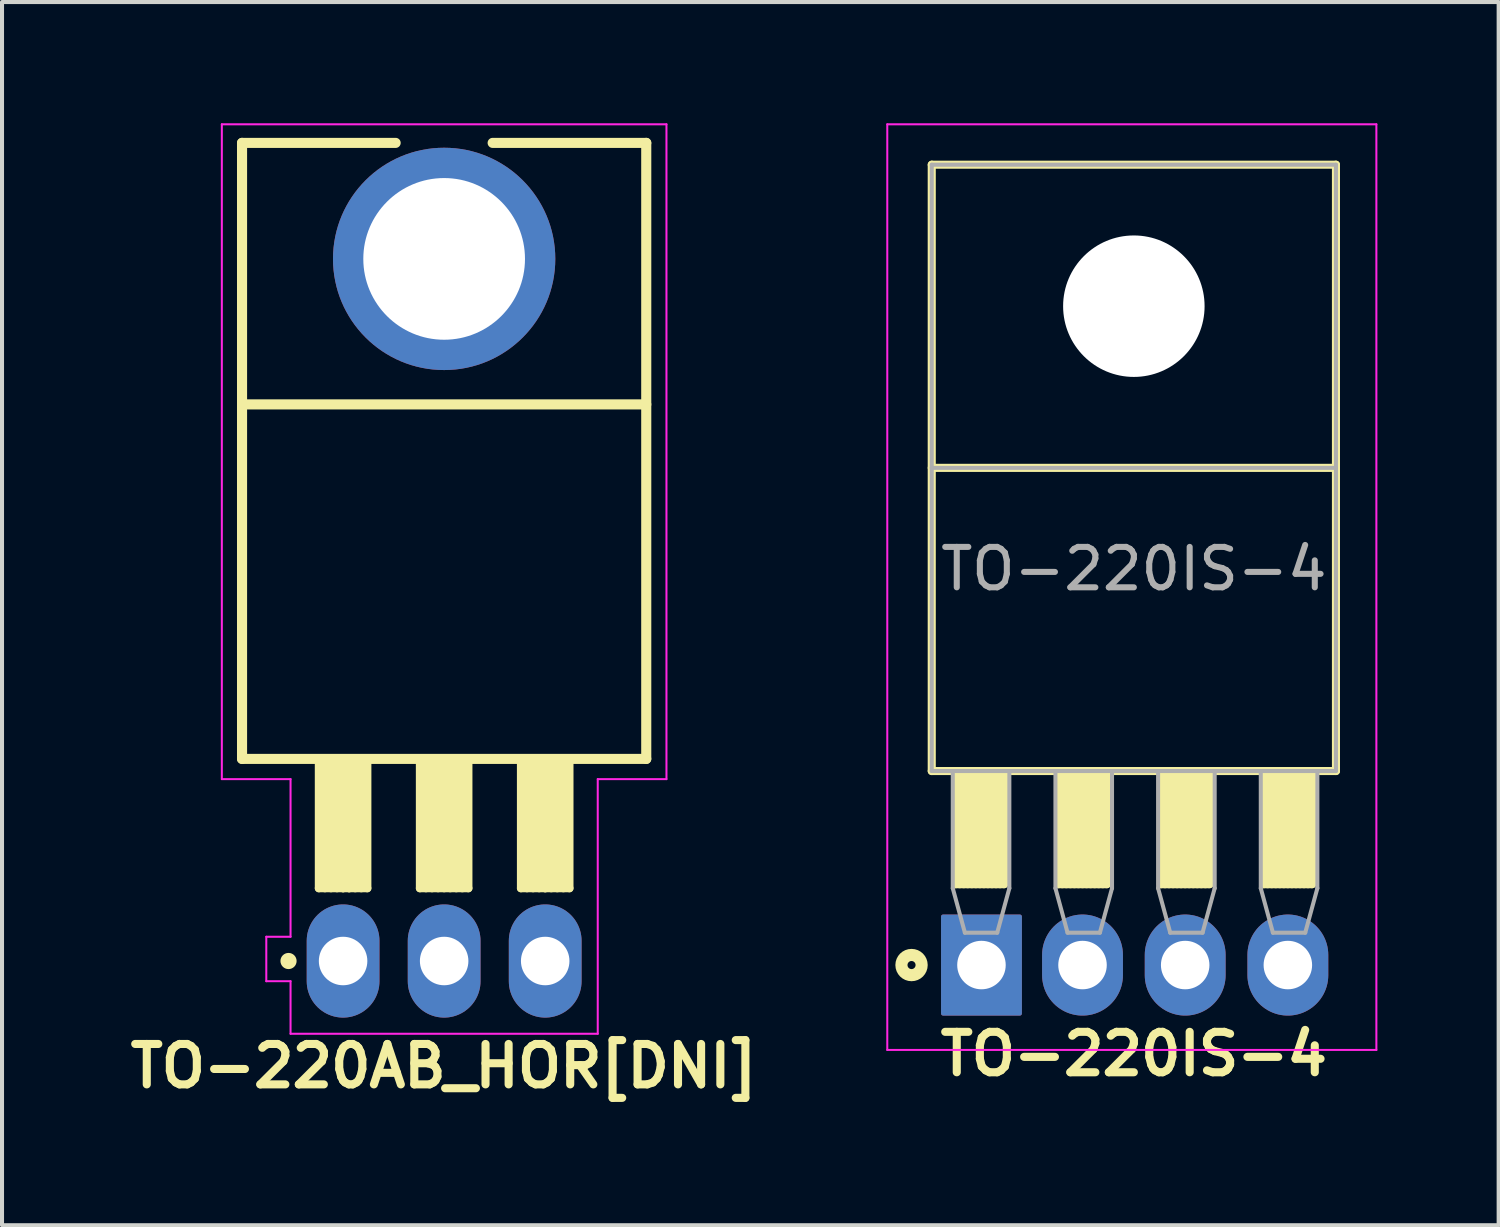
<source format=kicad_pcb>
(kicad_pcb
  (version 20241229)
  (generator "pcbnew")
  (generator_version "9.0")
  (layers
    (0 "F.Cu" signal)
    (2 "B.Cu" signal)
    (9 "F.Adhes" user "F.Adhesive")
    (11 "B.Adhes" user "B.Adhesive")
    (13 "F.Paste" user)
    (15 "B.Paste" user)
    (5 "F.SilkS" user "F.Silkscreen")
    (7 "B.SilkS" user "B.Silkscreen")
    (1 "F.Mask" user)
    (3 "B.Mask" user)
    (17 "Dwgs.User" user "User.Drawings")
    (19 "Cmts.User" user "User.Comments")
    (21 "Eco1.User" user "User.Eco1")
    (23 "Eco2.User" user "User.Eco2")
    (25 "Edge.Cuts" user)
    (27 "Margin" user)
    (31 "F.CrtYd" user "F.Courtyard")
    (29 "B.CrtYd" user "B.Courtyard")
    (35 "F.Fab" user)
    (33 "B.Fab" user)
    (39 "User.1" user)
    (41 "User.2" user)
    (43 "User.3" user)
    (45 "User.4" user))
  (footprint "TO-220AB_HOR[DNI]"
    (layer "F.Cu")
    (at 7.938 20.725)
    (property "Reference" "TO-220AB_HOR[DNI]" (at 0 2.6 0) (layer "F.SilkS") (effects (font (size 1 1) (thickness 0.2))))
    (attr through_hole)
    (fp_line (start -5 -20.24) (end -1.2 -20.24) (stroke (width 0.25) (type solid)) (layer "F.SilkS"))
    (fp_line (start -5 -13.77) (end 5 -13.77) (stroke (width 0.25) (type solid)) (layer "F.SilkS"))
    (fp_line (start -5 -5) (end -5 -20.24) (stroke (width 0.25) (type solid)) (layer "F.SilkS"))
    (fp_line (start -5 -5) (end 5 -5) (stroke (width 0.25) (type solid)) (layer "F.SilkS"))
    (fp_line (start -3.1 -5) (end -3.1 -1.8) (stroke (width 0.2) (type solid)) (layer "F.SilkS"))
    (fp_line (start -3.1 -1.8) (end -1.9 -1.8) (stroke (width 0.2) (type solid)) (layer "F.SilkS"))
    (fp_line (start -2.95 -5) (end -2.95 -1.8) (stroke (width 0.2) (type solid)) (layer "F.SilkS"))
    (fp_line (start -2.8 -5) (end -2.8 -1.8) (stroke (width 0.2) (type solid)) (layer "F.SilkS"))
    (fp_line (start -2.65 -5) (end -2.65 -1.8) (stroke (width 0.2) (type solid)) (layer "F.SilkS"))
    (fp_line (start -2.5 -5) (end -2.5 -1.8) (stroke (width 0.2) (type solid)) (layer "F.SilkS"))
    (fp_line (start -2.5 -5) (end -2.5 -1.8) (stroke (width 0.2) (type solid)) (layer "F.SilkS"))
    (fp_line (start -2.35 -5) (end -2.35 -1.8) (stroke (width 0.2) (type solid)) (layer "F.SilkS"))
    (fp_line (start -2.35 -5) (end -2.35 -1.8) (stroke (width 0.2) (type solid)) (layer "F.SilkS"))
    (fp_line (start -2.2 -5) (end -2.2 -1.8) (stroke (width 0.2) (type solid)) (layer "F.SilkS"))
    (fp_line (start -2.05 -5) (end -2.05 -1.8) (stroke (width 0.2) (type solid)) (layer "F.SilkS"))
    (fp_line (start -1.9 -5) (end -1.9 -1.8) (stroke (width 0.2) (type solid)) (layer "F.SilkS"))
    (fp_line (start -0.6 -5) (end -0.6 -1.8) (stroke (width 0.2) (type solid)) (layer "F.SilkS"))
    (fp_line (start -0.6 -1.8) (end 0.6 -1.8) (stroke (width 0.2) (type solid)) (layer "F.SilkS"))
    (fp_line (start -0.45 -5) (end -0.45 -1.8) (stroke (width 0.2) (type solid)) (layer "F.SilkS"))
    (fp_line (start -0.3 -5) (end -0.3 -1.8) (stroke (width 0.2) (type solid)) (layer "F.SilkS"))
    (fp_line (start -0.15 -5) (end -0.15 -1.8) (stroke (width 0.2) (type solid)) (layer "F.SilkS"))
    (fp_line (start 0 -5) (end 0 -1.8) (stroke (width 0.2) (type solid)) (layer "F.SilkS"))
    (fp_line (start 0.15 -5) (end 0.15 -1.8) (stroke (width 0.2) (type solid)) (layer "F.SilkS"))
    (fp_line (start 0.3 -5) (end 0.3 -1.8) (stroke (width 0.2) (type solid)) (layer "F.SilkS"))
    (fp_line (start 0.45 -5) (end 0.45 -1.8) (stroke (width 0.2) (type solid)) (layer "F.SilkS"))
    (fp_line (start 0.6 -5) (end 0.6 -1.8) (stroke (width 0.2) (type solid)) (layer "F.SilkS"))
    (fp_line (start 1.9 -5) (end 1.9 -1.8) (stroke (width 0.2) (type solid)) (layer "F.SilkS"))
    (fp_line (start 1.9 -1.8) (end 3.1 -1.8) (stroke (width 0.2) (type solid)) (layer "F.SilkS"))
    (fp_line (start 2.05 -5) (end 2.05 -1.8) (stroke (width 0.2) (type solid)) (layer "F.SilkS"))
    (fp_line (start 2.2 -5) (end 2.2 -1.8) (stroke (width 0.2) (type solid)) (layer "F.SilkS"))
    (fp_line (start 2.35 -5) (end 2.35 -1.8) (stroke (width 0.2) (type solid)) (layer "F.SilkS"))
    (fp_line (start 2.5 -5) (end 2.5 -1.8) (stroke (width 0.2) (type solid)) (layer "F.SilkS"))
    (fp_line (start 2.5 -5) (end 2.5 -1.8) (stroke (width 0.2) (type solid)) (layer "F.SilkS"))
    (fp_line (start 2.65 -5) (end 2.65 -1.8) (stroke (width 0.2) (type solid)) (layer "F.SilkS"))
    (fp_line (start 2.8 -5) (end 2.8 -1.8) (stroke (width 0.2) (type solid)) (layer "F.SilkS"))
    (fp_line (start 2.95 -5) (end 2.95 -1.8) (stroke (width 0.2) (type solid)) (layer "F.SilkS"))
    (fp_line (start 3.1 -5) (end 3.1 -1.8) (stroke (width 0.2) (type solid)) (layer "F.SilkS"))
    (fp_line (start 5 -20.24) (end 1.2 -20.24) (stroke (width 0.25) (type solid)) (layer "F.SilkS"))
    (fp_line (start 5 -5) (end 5 -20.24) (stroke (width 0.25) (type solid)) (layer "F.SilkS"))
    (fp_circle (center -3.85 0) (end -3.85 0.1) (stroke (width 0.2) (type solid)) (fill no) (layer "F.SilkS"))
    (fp_line (start -5.5 -20.7) (end -5.5 -4.5) (stroke (width 0.05) (type solid)) (layer "F.CrtYd"))
    (fp_line (start -5.5 -4.5) (end -3.8 -4.5) (stroke (width 0.05) (type solid)) (layer "F.CrtYd"))
    (fp_line (start -4.4 -0.6) (end -4.4 0.5) (stroke (width 0.05) (type solid)) (layer "F.CrtYd"))
    (fp_line (start -4.4 -0.6) (end -3.8 -0.6) (stroke (width 0.05) (type solid)) (layer "F.CrtYd"))
    (fp_line (start -3.8 -4.5) (end -3.8 -0.6) (stroke (width 0.05) (type solid)) (layer "F.CrtYd"))
    (fp_line (start -3.8 0.5) (end -4.4 0.5) (stroke (width 0.05) (type solid)) (layer "F.CrtYd"))
    (fp_line (start -3.8 0.5) (end -3.8 1.8) (stroke (width 0.05) (type solid)) (layer "F.CrtYd"))
    (fp_line (start -3.8 1.8) (end 3.8 1.8) (stroke (width 0.05) (type solid)) (layer "F.CrtYd"))
    (fp_line (start 3.8 1.8) (end 3.8 -4.5) (stroke (width 0.05) (type solid)) (layer "F.CrtYd"))
    (fp_line (start 5.5 -20.7) (end -5.5 -20.7) (stroke (width 0.05) (type solid)) (layer "F.CrtYd"))
    (fp_line (start 5.5 -4.5) (end 3.8 -4.5) (stroke (width 0.05) (type solid)) (layer "F.CrtYd"))
    (fp_line (start 5.5 -4.5) (end 5.5 -20.7) (stroke (width 0.05) (type solid)) (layer "F.CrtYd"))
    (fp_circle (center 0 -17.37) (end 1.63 -17.37) (stroke (width 0.1) (type solid)) (fill no) (layer "F.Fab"))
    (pad "D" thru_hole circle (at 0 -17.37) (size 5.5 5.5) (drill 4) (layers "*.Cu" "*.Mask"))
    (pad "D" thru_hole oval (at 0 0) (size 1.8 2.8) (drill 1.2) (layers "*.Cu" "*.Mask"))
    (pad "G" thru_hole oval (at -2.5 0) (size 1.8 2.8) (drill 1.2) (layers "*.Cu" "*.Mask"))
    (pad "S" thru_hole oval (at 2.5 0) (size 1.8 2.8) (drill 1.2) (layers "*.Cu" "*.Mask")))
  (footprint "TO-220IS-4"
    (layer "F.Cu")
    (at 25.001 20.825)
    (property "Reference" "TO-220IS-4" (at 0 2.2 0) (layer "F.SilkS") (effects (font (size 1 1) (thickness 0.2))))
    (attr through_hole)
    (fp_line (start -5 -4.8) (end -5 -19.8) (stroke (width 0.2) (type solid)) (layer "F.SilkS"))
    (fp_line (start -4.41 -4.8) (end -4.41 -2) (stroke (width 0.2) (type solid)) (layer "F.SilkS"))
    (fp_line (start -4.41 -2) (end -3.21 -2) (stroke (width 0.2) (type solid)) (layer "F.SilkS"))
    (fp_line (start -4.31 -4.8) (end -4.31 -2) (stroke (width 0.2) (type solid)) (layer "F.SilkS"))
    (fp_line (start -4.21 -4.8) (end -4.21 -2) (stroke (width 0.2) (type solid)) (layer "F.SilkS"))
    (fp_line (start -4.11 -4.8) (end -4.11 -2) (stroke (width 0.2) (type solid)) (layer "F.SilkS"))
    (fp_line (start -4.01 -4.8) (end -4.01 -2) (stroke (width 0.2) (type solid)) (layer "F.SilkS"))
    (fp_line (start -3.91 -4.8) (end -3.91 -2) (stroke (width 0.2) (type solid)) (layer "F.SilkS"))
    (fp_line (start -3.81 -4.8) (end -3.81 -2) (stroke (width 0.2) (type solid)) (layer "F.SilkS"))
    (fp_line (start -3.71 -4.8) (end -3.71 -2) (stroke (width 0.2) (type solid)) (layer "F.SilkS"))
    (fp_line (start -3.61 -4.8) (end -3.61 -2) (stroke (width 0.2) (type solid)) (layer "F.SilkS"))
    (fp_line (start -3.51 -4.8) (end -3.51 -2) (stroke (width 0.2) (type solid)) (layer "F.SilkS"))
    (fp_line (start -3.41 -4.8) (end -3.41 -2) (stroke (width 0.2) (type solid)) (layer "F.SilkS"))
    (fp_line (start -3.31 -4.8) (end -3.31 -2) (stroke (width 0.2) (type solid)) (layer "F.SilkS"))
    (fp_line (start -3.21 -4.8) (end -3.21 -2) (stroke (width 0.2) (type solid)) (layer "F.SilkS"))
    (fp_line (start -1.87 -4.8) (end -1.87 -2) (stroke (width 0.2) (type solid)) (layer "F.SilkS"))
    (fp_line (start -1.87 -2) (end -0.67 -2) (stroke (width 0.2) (type solid)) (layer "F.SilkS"))
    (fp_line (start -1.77 -4.8) (end -1.77 -2) (stroke (width 0.2) (type solid)) (layer "F.SilkS"))
    (fp_line (start -1.67 -4.8) (end -1.67 -2) (stroke (width 0.2) (type solid)) (layer "F.SilkS"))
    (fp_line (start -1.57 -4.8) (end -1.57 -2) (stroke (width 0.2) (type solid)) (layer "F.SilkS"))
    (fp_line (start -1.47 -4.8) (end -1.47 -2) (stroke (width 0.2) (type solid)) (layer "F.SilkS"))
    (fp_line (start -1.37 -4.8) (end -1.37 -2) (stroke (width 0.2) (type solid)) (layer "F.SilkS"))
    (fp_line (start -1.27 -4.8) (end -1.27 -2) (stroke (width 0.2) (type solid)) (layer "F.SilkS"))
    (fp_line (start -1.17 -4.8) (end -1.17 -2) (stroke (width 0.2) (type solid)) (layer "F.SilkS"))
    (fp_line (start -1.07 -4.8) (end -1.07 -2) (stroke (width 0.2) (type solid)) (layer "F.SilkS"))
    (fp_line (start -0.97 -4.8) (end -0.97 -2) (stroke (width 0.2) (type solid)) (layer "F.SilkS"))
    (fp_line (start -0.87 -4.8) (end -0.87 -2) (stroke (width 0.2) (type solid)) (layer "F.SilkS"))
    (fp_line (start -0.77 -4.8) (end -0.77 -2) (stroke (width 0.2) (type solid)) (layer "F.SilkS"))
    (fp_line (start -0.67 -4.8) (end -0.67 -2) (stroke (width 0.2) (type solid)) (layer "F.SilkS"))
    (fp_line (start 0.67 -4.8) (end 0.67 -2) (stroke (width 0.2) (type solid)) (layer "F.SilkS"))
    (fp_line (start 0.67 -2) (end 1.87 -2) (stroke (width 0.2) (type solid)) (layer "F.SilkS"))
    (fp_line (start 0.77 -4.8) (end 0.77 -2) (stroke (width 0.2) (type solid)) (layer "F.SilkS"))
    (fp_line (start 0.87 -4.8) (end 0.87 -2) (stroke (width 0.2) (type solid)) (layer "F.SilkS"))
    (fp_line (start 0.97 -4.8) (end 0.97 -2) (stroke (width 0.2) (type solid)) (layer "F.SilkS"))
    (fp_line (start 1.07 -4.8) (end 1.07 -2) (stroke (width 0.2) (type solid)) (layer "F.SilkS"))
    (fp_line (start 1.17 -4.8) (end 1.17 -2) (stroke (width 0.2) (type solid)) (layer "F.SilkS"))
    (fp_line (start 1.27 -4.8) (end 1.27 -2) (stroke (width 0.2) (type solid)) (layer "F.SilkS"))
    (fp_line (start 1.37 -4.8) (end 1.37 -2) (stroke (width 0.2) (type solid)) (layer "F.SilkS"))
    (fp_line (start 1.47 -4.8) (end 1.47 -2) (stroke (width 0.2) (type solid)) (layer "F.SilkS"))
    (fp_line (start 1.57 -4.8) (end 1.57 -2) (stroke (width 0.2) (type solid)) (layer "F.SilkS"))
    (fp_line (start 1.67 -4.8) (end 1.67 -2) (stroke (width 0.2) (type solid)) (layer "F.SilkS"))
    (fp_line (start 1.77 -4.8) (end 1.77 -2) (stroke (width 0.2) (type solid)) (layer "F.SilkS"))
    (fp_line (start 1.87 -4.8) (end 1.87 -2) (stroke (width 0.2) (type solid)) (layer "F.SilkS"))
    (fp_line (start 3.21 -4.8) (end 3.21 -2) (stroke (width 0.2) (type solid)) (layer "F.SilkS"))
    (fp_line (start 3.21 -2) (end 4.41 -2) (stroke (width 0.2) (type solid)) (layer "F.SilkS"))
    (fp_line (start 3.31 -4.8) (end 3.31 -2) (stroke (width 0.2) (type solid)) (layer "F.SilkS"))
    (fp_line (start 3.41 -4.8) (end 3.41 -2) (stroke (width 0.2) (type solid)) (layer "F.SilkS"))
    (fp_line (start 3.51 -4.8) (end 3.51 -2) (stroke (width 0.2) (type solid)) (layer "F.SilkS"))
    (fp_line (start 3.61 -4.8) (end 3.61 -2) (stroke (width 0.2) (type solid)) (layer "F.SilkS"))
    (fp_line (start 3.71 -4.8) (end 3.71 -2) (stroke (width 0.2) (type solid)) (layer "F.SilkS"))
    (fp_line (start 3.81 -4.8) (end 3.81 -2) (stroke (width 0.2) (type solid)) (layer "F.SilkS"))
    (fp_line (start 3.91 -4.8) (end 3.91 -2) (stroke (width 0.2) (type solid)) (layer "F.SilkS"))
    (fp_line (start 4.01 -4.8) (end 4.01 -2) (stroke (width 0.2) (type solid)) (layer "F.SilkS"))
    (fp_line (start 4.11 -4.8) (end 4.11 -2) (stroke (width 0.2) (type solid)) (layer "F.SilkS"))
    (fp_line (start 4.21 -4.8) (end 4.21 -2) (stroke (width 0.2) (type solid)) (layer "F.SilkS"))
    (fp_line (start 4.31 -4.8) (end 4.31 -2) (stroke (width 0.2) (type solid)) (layer "F.SilkS"))
    (fp_line (start 4.41 -4.8) (end 4.41 -2) (stroke (width 0.2) (type solid)) (layer "F.SilkS"))
    (fp_line (start 5 -19.8) (end -5 -19.8) (stroke (width 0.2) (type solid)) (layer "F.SilkS"))
    (fp_line (start 5 -12.3) (end -5 -12.3) (stroke (width 0.2) (type solid)) (layer "F.SilkS"))
    (fp_line (start 5 -4.8) (end -5 -4.8) (stroke (width 0.2) (type solid)) (layer "F.SilkS"))
    (fp_line (start 5 -4.8) (end 5 -19.8) (stroke (width 0.2) (type solid)) (layer "F.SilkS"))
    (fp_circle (center -5.5 0) (end -5.4 0) (stroke (width 0.3) (type solid)) (fill no) (layer "F.SilkS"))
    (fp_line (start -6.1 -20.8) (end -6.1 2.1) (stroke (width 0.05) (type solid)) (layer "F.CrtYd"))
    (fp_line (start -6.1 -20.8) (end 6 -20.8) (stroke (width 0.05) (type solid)) (layer "F.CrtYd"))
    (fp_line (start -6.1 2.1) (end 6 2.1) (stroke (width 0.05) (type solid)) (layer "F.CrtYd"))
    (fp_line (start 6 -20.8) (end 6 2.1) (stroke (width 0.05) (type solid)) (layer "F.CrtYd"))
    (fp_line (start -5 -19.8) (end 5 -19.8) (stroke (width 0.1) (type solid)) (layer "F.Fab"))
    (fp_line (start -5 -12.3) (end 5 -12.3) (stroke (width 0.1) (type solid)) (layer "F.Fab"))
    (fp_line (start -5 -4.8) (end -5 -19.8) (stroke (width 0.1) (type solid)) (layer "F.Fab"))
    (fp_line (start -4.48 -4.8) (end -4.48 -1.9) (stroke (width 0.1) (type solid)) (layer "F.Fab"))
    (fp_line (start -4.48 -1.9) (end -4.18 -0.8) (stroke (width 0.1) (type solid)) (layer "F.Fab"))
    (fp_line (start -4.18 -0.8) (end -3.38 -0.8) (stroke (width 0.1) (type solid)) (layer "F.Fab"))
    (fp_line (start -3.38 -0.8) (end -3.08 -1.9) (stroke (width 0.1) (type solid)) (layer "F.Fab"))
    (fp_line (start -3.08 -1.9) (end -3.08 -4.8) (stroke (width 0.1) (type solid)) (layer "F.Fab"))
    (fp_line (start -1.94 -4.8) (end -1.94 -1.9) (stroke (width 0.1) (type solid)) (layer "F.Fab"))
    (fp_line (start -1.94 -1.9) (end -1.64 -0.8) (stroke (width 0.1) (type solid)) (layer "F.Fab"))
    (fp_line (start -1.64 -0.8) (end -0.84 -0.8) (stroke (width 0.1) (type solid)) (layer "F.Fab"))
    (fp_line (start -0.84 -0.8) (end -0.54 -1.9) (stroke (width 0.1) (type solid)) (layer "F.Fab"))
    (fp_line (start -0.54 -1.9) (end -0.54 -4.8) (stroke (width 0.1) (type solid)) (layer "F.Fab"))
    (fp_line (start 0.6 -4.8) (end 0.6 -1.9) (stroke (width 0.1) (type solid)) (layer "F.Fab"))
    (fp_line (start 0.6 -1.9) (end 0.9 -0.8) (stroke (width 0.1) (type solid)) (layer "F.Fab"))
    (fp_line (start 0.9 -0.8) (end 1.7 -0.8) (stroke (width 0.1) (type solid)) (layer "F.Fab"))
    (fp_line (start 1.7 -0.8) (end 2 -1.9) (stroke (width 0.1) (type solid)) (layer "F.Fab"))
    (fp_line (start 2 -1.9) (end 2 -4.8) (stroke (width 0.1) (type solid)) (layer "F.Fab"))
    (fp_line (start 3.14 -4.8) (end 3.14 -1.9) (stroke (width 0.1) (type solid)) (layer "F.Fab"))
    (fp_line (start 3.14 -1.9) (end 3.44 -0.8) (stroke (width 0.1) (type solid)) (layer "F.Fab"))
    (fp_line (start 3.44 -0.8) (end 4.24 -0.8) (stroke (width 0.1) (type solid)) (layer "F.Fab"))
    (fp_line (start 4.24 -0.8) (end 4.54 -1.9) (stroke (width 0.1) (type solid)) (layer "F.Fab"))
    (fp_line (start 4.54 -1.9) (end 4.54 -4.8) (stroke (width 0.1) (type solid)) (layer "F.Fab"))
    (fp_line (start 5 -19.8) (end 5 -4.8) (stroke (width 0.1) (type solid)) (layer "F.Fab"))
    (fp_line (start 5 -4.8) (end -5 -4.8) (stroke (width 0.1) (type solid)) (layer "F.Fab"))
    (fp_text user "${REFERENCE}" (at 0 -9.8 0) (layer "F.Fab") (effects (font (size 1 1) (thickness 0.15))))
    (pad "" np_thru_hole circle (at 0 -16.3) (size 3.5 3.5) (drill 3.5) (layers "*.Cu" "*.Mask"))
    (pad "1" thru_hole roundrect (at -3.77 0) (size 2 2.5) (drill 1.2) (layers "*.Cu" "*.Mask") (roundrect_rratio 0.025))
    (pad "2" thru_hole oval (at -1.27 0) (size 2 2.5) (drill 1.2) (layers "*.Cu" "*.Mask"))
    (pad "3" thru_hole oval (at 1.27 0) (size 2 2.5) (drill 1.2) (layers "*.Cu" "*.Mask"))
    (pad "4" thru_hole oval (at 3.81 0) (size 2 2.5) (drill 1.2) (layers "*.Cu" "*.Mask")))
  (gr_rect
    (start -3 -3)
    (end 34.026 27.261)
    (stroke (width 0.1) (type default))
    (fill no)
    (layer "Edge.Cuts")))
</source>
